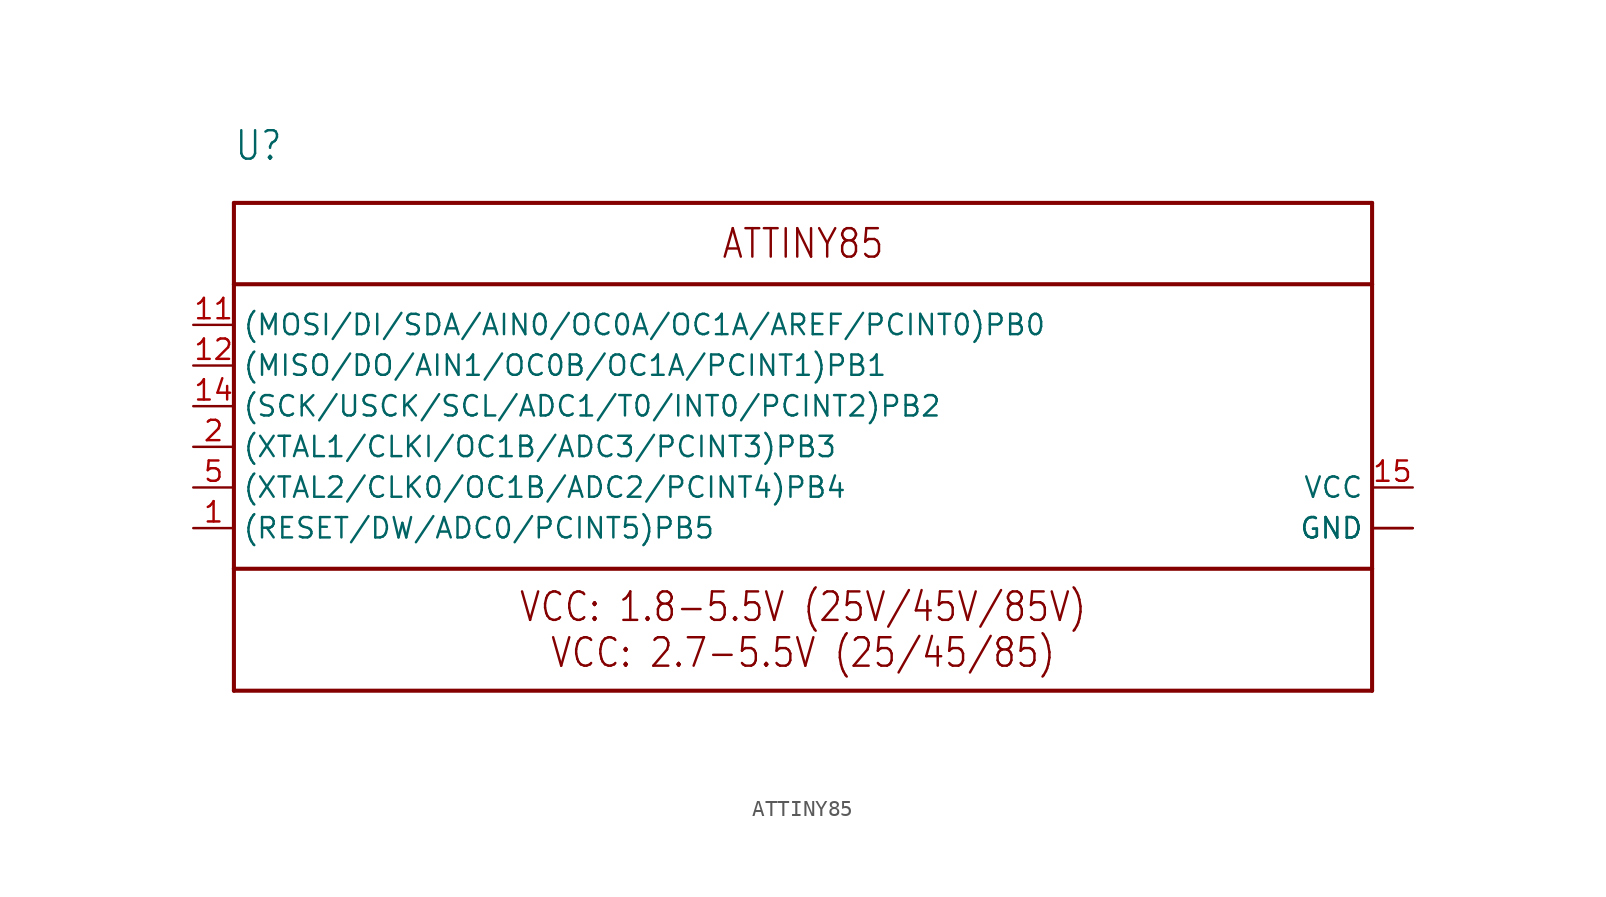
<source format=kicad_sym>
(kicad_symbol_lib
  (version 20231120)
  (generator "kicad_symbol_editor")
  (generator_version "8.0")
  (symbol "ATTINY85"
    (property "Reference" "U"
      (at -35.56 17.78 0)
      (effects (font (size 1.778 1.511)) (justify left bottom)))
    (property "Value" ""
      (at -35.56 -17.78 0)
      (effects (font (size 1.778 1.511)) (justify left bottom)))
    (property "ki_locked" ""
      (at 0 0 0)
      (effects (font (size 1.27 1.27))))
    (symbol "ATTINY85_1_0"
      (polyline (pts (xy -35.56 -15.24) (xy 35.56 -15.24)) (stroke (width 0.254) (type solid)) (fill (type none)))
      (polyline (pts (xy -35.56 -7.62) (xy -35.56 -15.24)) (stroke (width 0.254) (type solid)) (fill (type none)))
      (polyline (pts (xy -35.56 -7.62) (xy -35.56 10.16)) (stroke (width 0.254) (type solid)) (fill (type none)))
      (polyline (pts (xy -35.56 10.16) (xy -35.56 15.24)) (stroke (width 0.254) (type solid)) (fill (type none)))
      (polyline (pts (xy -35.56 10.16) (xy 35.56 10.16)) (stroke (width 0.254) (type solid)) (fill (type none)))
      (polyline (pts (xy -35.56 15.24) (xy 35.56 15.24)) (stroke (width 0.254) (type solid)) (fill (type none)))
      (polyline (pts (xy 35.56 -15.24) (xy 35.56 -7.62)) (stroke (width 0.254) (type solid)) (fill (type none)))
      (polyline (pts (xy 35.56 -7.62) (xy -35.56 -7.62)) (stroke (width 0.254) (type solid)) (fill (type none)))
      (polyline (pts (xy 35.56 10.16) (xy 35.56 -7.62)) (stroke (width 0.254) (type solid)) (fill (type none)))
      (polyline (pts (xy 35.56 15.24) (xy 35.56 10.16)) (stroke (width 0.254) (type solid)) (fill (type none)))
      (text "ATTINY85" (at 0 12.7 0) (effects (font (size 1.778 1.511))))
      (text "VCC: 1.8-5.5V (25V/45V/85V)\nVCC: 2.7-5.5V (25/45/85)" (at 0 -11.43 0) (effects (font (size 1.778 1.511))))
      (pin bidirectional line (at -38.1 -5.08 0) (length 2.54) (name "(RESET/DW/ADC0/PCINT5)PB5" (effects (font (size 1.27 1.27)))) (number "1" (effects (font (size 1.27 1.27)))))
      (pin bidirectional line (at -38.1 7.62 0) (length 2.54) (name "(MOSI/DI/SDA/AIN0/OC0A/OC1A/AREF/PCINT0)PB0" (effects (font (size 1.27 1.27)))) (number "11" (effects (font (size 1.27 1.27)))))
      (pin bidirectional line (at -38.1 5.08 0) (length 2.54) (name "(MISO/DO/AIN1/OC0B/OC1A/PCINT1)PB1" (effects (font (size 1.27 1.27)))) (number "12" (effects (font (size 1.27 1.27)))))
      (pin bidirectional line (at -38.1 2.54 0) (length 2.54) (name "(SCK/USCK/SCL/ADC1/T0/INT0/PCINT2)PB2" (effects (font (size 1.27 1.27)))) (number "14" (effects (font (size 1.27 1.27)))))
      (pin power_in line (at 38.1 -2.54 180) (length 2.54) (name "VCC" (effects (font (size 1.27 1.27)))) (number "15" (effects (font (size 1.27 1.27)))))
      (pin bidirectional line (at -38.1 0 0) (length 2.54) (name "(XTAL1/CLKI/OC1B/ADC3/PCINT3)PB3" (effects (font (size 1.27 1.27)))) (number "2" (effects (font (size 1.27 1.27)))))
      (pin bidirectional line (at -38.1 -2.54 0) (length 2.54) (name "(XTAL2/CLK0/OC1B/ADC2/PCINT4)PB4" (effects (font (size 1.27 1.27)))) (number "5" (effects (font (size 1.27 1.27)))))
      (pin power_in line (at 38.1 -5.08 180) (length 2.54) (name "GND" (effects (font (size 1.27 1.27)))) (number "8" (effects (font (size 0 0)))))
      (pin power_in line (at 38.1 -5.08 180) (length 2.54) (name "GND" (effects (font (size 1.27 1.27)))) (number "THERMAL" (effects (font (size 0 0))))))))
</source>
